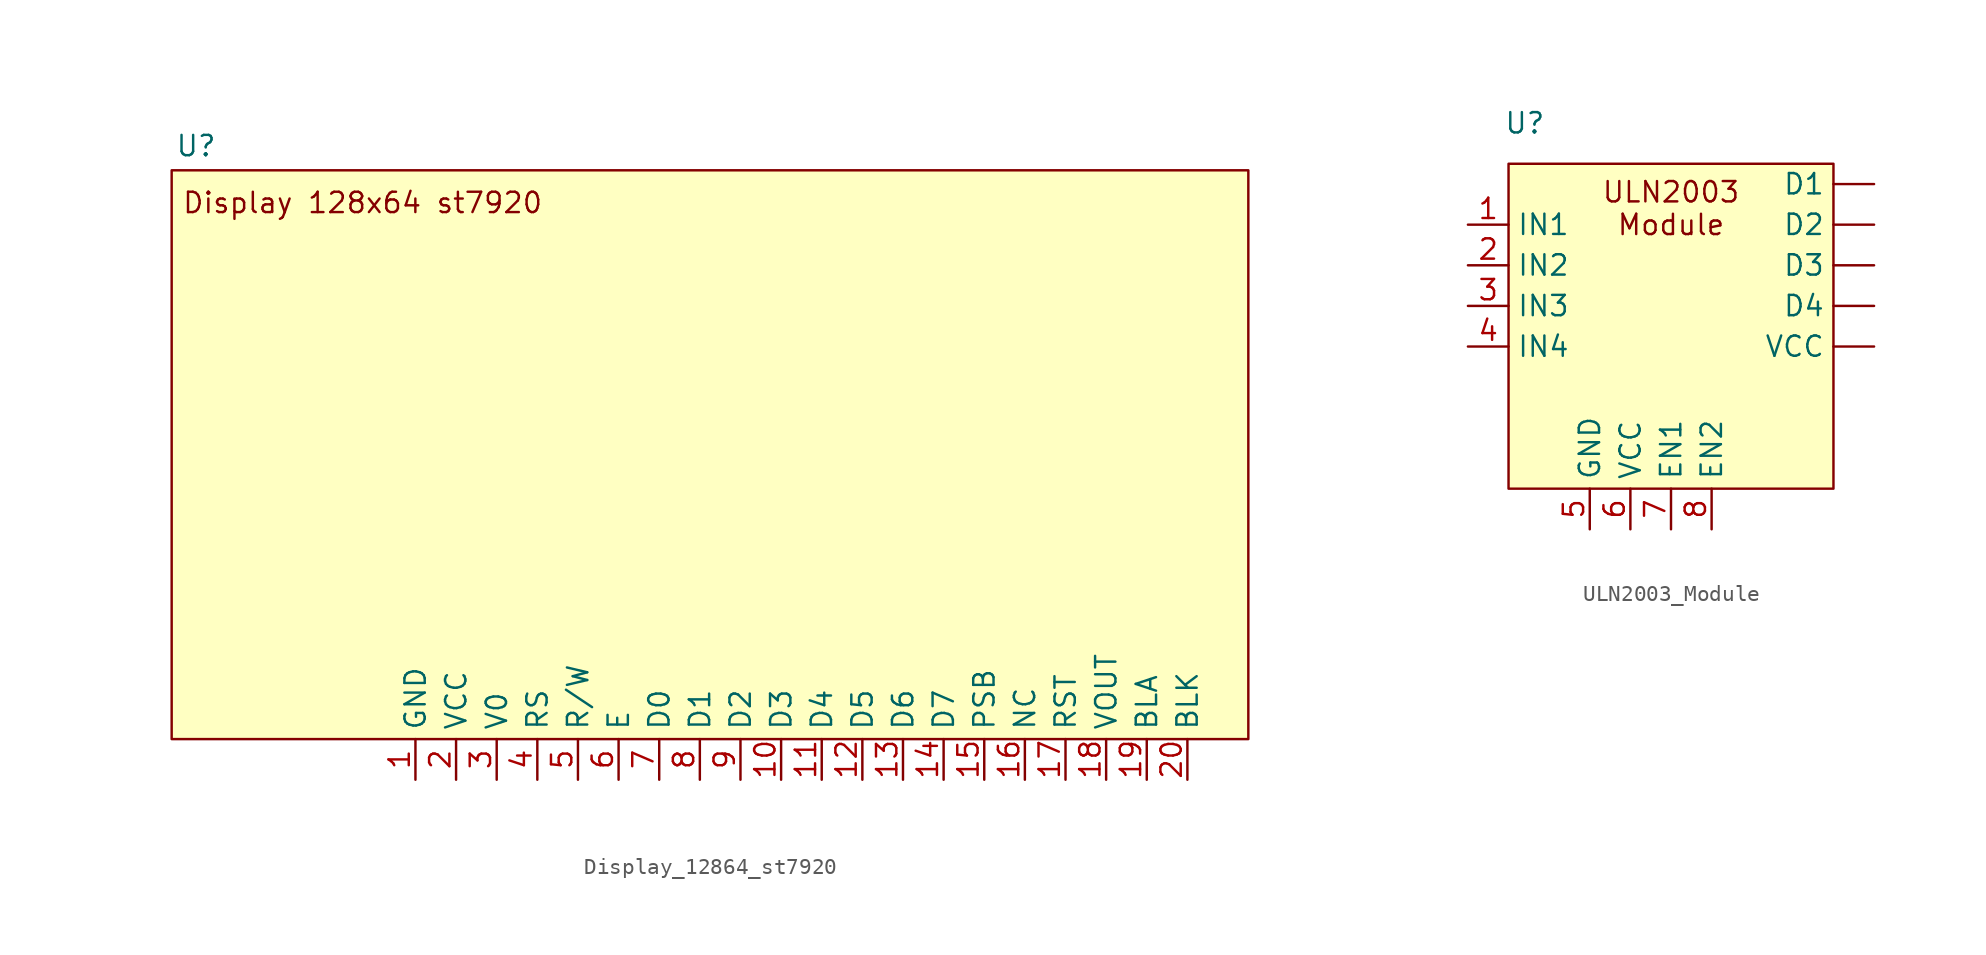
<source format=kicad_sym>
(kicad_symbol_lib
  (version 20231120)
  (generator "kicad_symbol_editor")
  (generator_version "8.0")
  (symbol "Display_12864_st7920"
    (property "Reference" "U"
      (at -23.876 26.924 0)
      (effects (font (size 1.27 1.27))))
    (property "Value" ""
      (at 0 0 0)
      (effects (font (size 1.27 1.27))))
    (symbol "Display_12864_st7920_1_1"
      (rectangle (start -25.4 25.4) (end 41.91 -10.16) (stroke (width 0) (type default)) (fill (type background)))
      (text "Display 128x64 st7920" (at -13.462 23.368 0) (effects (font (size 1.27 1.27))))
      (pin passive line (at -10.16 -12.7 90) (length 2.54) (name "GND" (effects (font (size 1.27 1.27)))) (number "1" (effects (font (size 1.27 1.27)))))
      (pin input line (at 12.7 -12.7 90) (length 2.54) (name "D3" (effects (font (size 1.27 1.27)))) (number "10" (effects (font (size 1.27 1.27)))))
      (pin input line (at 15.24 -12.7 90) (length 2.54) (name "D4" (effects (font (size 1.27 1.27)))) (number "11" (effects (font (size 1.27 1.27)))))
      (pin input line (at 17.78 -12.7 90) (length 2.54) (name "D5" (effects (font (size 1.27 1.27)))) (number "12" (effects (font (size 1.27 1.27)))))
      (pin input line (at 20.32 -12.7 90) (length 2.54) (name "D6" (effects (font (size 1.27 1.27)))) (number "13" (effects (font (size 1.27 1.27)))))
      (pin input line (at 22.86 -12.7 90) (length 2.54) (name "D7" (effects (font (size 1.27 1.27)))) (number "14" (effects (font (size 1.27 1.27)))))
      (pin passive line (at 25.4 -12.7 90) (length 2.54) (name "PSB" (effects (font (size 1.27 1.27)))) (number "15" (effects (font (size 1.27 1.27)))))
      (pin passive line (at 27.94 -12.7 90) (length 2.54) (name "NC" (effects (font (size 1.27 1.27)))) (number "16" (effects (font (size 1.27 1.27)))))
      (pin passive line (at 30.48 -12.7 90) (length 2.54) (name "RST" (effects (font (size 1.27 1.27)))) (number "17" (effects (font (size 1.27 1.27)))))
      (pin passive line (at 33.02 -12.7 90) (length 2.54) (name "VOUT" (effects (font (size 1.27 1.27)))) (number "18" (effects (font (size 1.27 1.27)))))
      (pin passive line (at 35.56 -12.7 90) (length 2.54) (name "BLA" (effects (font (size 1.27 1.27)))) (number "19" (effects (font (size 1.27 1.27)))))
      (pin power_in line (at -7.62 -12.7 90) (length 2.54) (name "VCC" (effects (font (size 1.27 1.27)))) (number "2" (effects (font (size 1.27 1.27)))))
      (pin passive line (at 38.1 -12.7 90) (length 2.54) (name "BLK" (effects (font (size 1.27 1.27)))) (number "20" (effects (font (size 1.27 1.27)))))
      (pin passive line (at -5.08 -12.7 90) (length 2.54) (name "V0" (effects (font (size 1.27 1.27)))) (number "3" (effects (font (size 1.27 1.27)))))
      (pin passive line (at -2.54 -12.7 90) (length 2.54) (name "RS" (effects (font (size 1.27 1.27)))) (number "4" (effects (font (size 1.27 1.27)))))
      (pin input line (at 0 -12.7 90) (length 2.54) (name "R/W" (effects (font (size 1.27 1.27)))) (number "5" (effects (font (size 1.27 1.27)))))
      (pin passive line (at 2.54 -12.7 90) (length 2.54) (name "E" (effects (font (size 1.27 1.27)))) (number "6" (effects (font (size 1.27 1.27)))))
      (pin input line (at 5.08 -12.7 90) (length 2.54) (name "D0" (effects (font (size 1.27 1.27)))) (number "7" (effects (font (size 1.27 1.27)))))
      (pin input line (at 7.62 -12.7 90) (length 2.54) (name "D1" (effects (font (size 1.27 1.27)))) (number "8" (effects (font (size 1.27 1.27)))))
      (pin input line (at 10.16 -12.7 90) (length 2.54) (name "D2" (effects (font (size 1.27 1.27)))) (number "9" (effects (font (size 1.27 1.27)))))))
  (symbol "ULN2003_Module"
    (property "Reference" "U"
      (at -9.144 12.7 0)
      (effects (font (size 1.27 1.27))))
    (property "Value" ""
      (at -3.81 0 0)
      (effects (font (size 1.27 1.27))))
    (symbol "ULN2003_Module_1_1"
      (rectangle (start -10.16 10.16) (end 10.16 -10.16) (stroke (width 0) (type default)) (fill (type background)))
      (text "ULN2003\nModule" (at 0 7.366 0) (effects (font (size 1.27 1.27))))
      (pin passive line (at 12.7 8.89 180) (length 2.54) (name "D1" (effects (font (size 1.27 1.27)))) (number "" (effects (font (size 1.27 1.27)))))
      (pin passive line (at 12.7 6.35 180) (length 2.54) (name "D2" (effects (font (size 1.27 1.27)))) (number "" (effects (font (size 1.27 1.27)))))
      (pin passive line (at 12.7 3.81 180) (length 2.54) (name "D3" (effects (font (size 1.27 1.27)))) (number "" (effects (font (size 1.27 1.27)))))
      (pin passive line (at 12.7 1.27 180) (length 2.54) (name "D4" (effects (font (size 1.27 1.27)))) (number "" (effects (font (size 1.27 1.27)))))
      (pin passive line (at 12.7 -1.27 180) (length 2.54) (name "VCC" (effects (font (size 1.27 1.27)))) (number "" (effects (font (size 1.27 1.27)))))
      (pin passive line (at -12.7 6.35 0) (length 2.54) (name "IN1" (effects (font (size 1.27 1.27)))) (number "1" (effects (font (size 1.27 1.27)))))
      (pin passive line (at -12.7 3.81 0) (length 2.54) (name "IN2" (effects (font (size 1.27 1.27)))) (number "2" (effects (font (size 1.27 1.27)))))
      (pin passive line (at -12.7 1.27 0) (length 2.54) (name "IN3" (effects (font (size 1.27 1.27)))) (number "3" (effects (font (size 1.27 1.27)))))
      (pin passive line (at -12.7 -1.27 0) (length 2.54) (name "IN4" (effects (font (size 1.27 1.27)))) (number "4" (effects (font (size 1.27 1.27)))))
      (pin passive line (at -5.08 -12.7 90) (length 2.54) (name "GND" (effects (font (size 1.27 1.27)))) (number "5" (effects (font (size 1.27 1.27)))))
      (pin passive line (at -2.54 -12.7 90) (length 2.54) (name "VCC" (effects (font (size 1.27 1.27)))) (number "6" (effects (font (size 1.27 1.27)))))
      (pin passive line (at 0 -12.7 90) (length 2.54) (name "EN1" (effects (font (size 1.27 1.27)))) (number "7" (effects (font (size 1.27 1.27)))))
      (pin passive line (at 2.54 -12.7 90) (length 2.54) (name "EN2" (effects (font (size 1.27 1.27)))) (number "8" (effects (font (size 1.27 1.27))))))))
</source>
